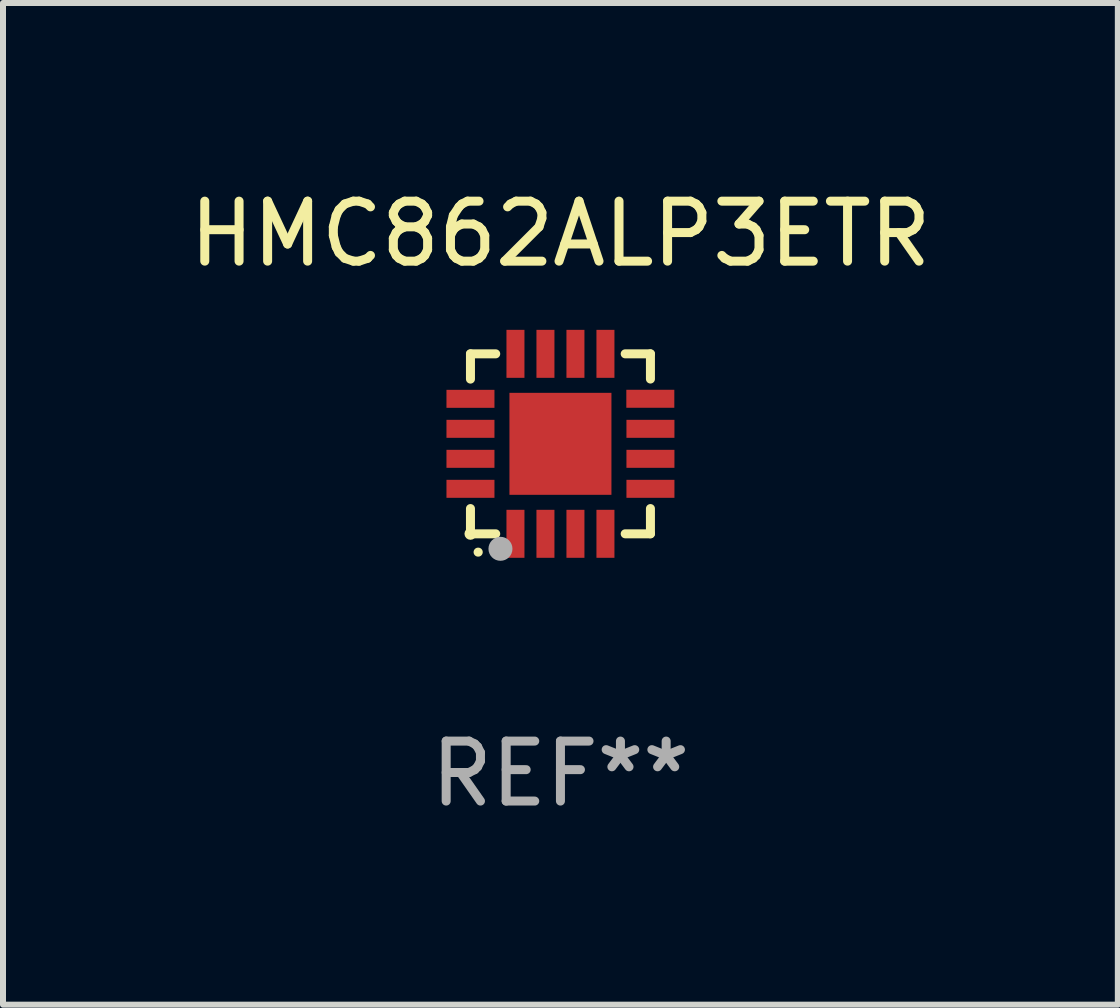
<source format=kicad_pcb>
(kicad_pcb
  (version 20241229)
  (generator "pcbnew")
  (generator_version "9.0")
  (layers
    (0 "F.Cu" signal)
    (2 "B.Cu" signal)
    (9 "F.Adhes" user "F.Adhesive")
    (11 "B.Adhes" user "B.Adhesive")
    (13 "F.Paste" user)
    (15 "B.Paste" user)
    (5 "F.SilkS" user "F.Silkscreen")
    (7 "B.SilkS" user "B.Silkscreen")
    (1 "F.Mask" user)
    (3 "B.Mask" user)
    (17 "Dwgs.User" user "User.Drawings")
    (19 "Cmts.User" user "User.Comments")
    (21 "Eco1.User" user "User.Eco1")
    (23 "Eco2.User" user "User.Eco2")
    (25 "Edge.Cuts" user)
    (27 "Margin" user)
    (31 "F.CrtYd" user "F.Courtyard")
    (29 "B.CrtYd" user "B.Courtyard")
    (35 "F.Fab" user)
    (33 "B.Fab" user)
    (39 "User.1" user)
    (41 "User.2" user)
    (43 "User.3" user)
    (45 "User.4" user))
  (footprint "HMC862ALP3ETR"
    (layer "F.Cu")
    (at 6.292 4.348)
    (property "Reference" "HMC862ALP3ETR" (at 0 -3.5 0) (layer "F.SilkS") (effects (font (size 1 1) (thickness 0.15))))
    (attr through_hole)
    (fp_line (start -1.5 -1.5) (end -1.079 -1.5) (stroke (width 0.15) (type solid)) (layer "F.SilkS"))
    (fp_line (start -1.5 -1.079) (end -1.5 -1.5) (stroke (width 0.15) (type solid)) (layer "F.SilkS"))
    (fp_line (start -1.5 1.5) (end -1.5 1.079) (stroke (width 0.15) (type solid)) (layer "F.SilkS"))
    (fp_line (start -1.5 1.5) (end -1.079 1.5) (stroke (width 0.15) (type solid)) (layer "F.SilkS"))
    (fp_line (start 1.079 -1.5) (end 1.5 -1.5) (stroke (width 0.15) (type solid)) (layer "F.SilkS"))
    (fp_line (start 1.079 1.5) (end 1.5 1.5) (stroke (width 0.15) (type solid)) (layer "F.SilkS"))
    (fp_line (start 1.5 -1.08) (end 1.5 -1.5) (stroke (width 0.15) (type solid)) (layer "F.SilkS"))
    (fp_line (start 1.5 1.5) (end 1.5 1.079) (stroke (width 0.15) (type solid)) (layer "F.SilkS"))
    (fp_arc (start -1.372885 1.805398) (mid -1.371615 1.805392) (end -1.370345 1.805398) (stroke (width 0.150114) (type solid)) (layer "F.SilkS"))
    (fp_circle (center -1.5 1.5) (end -1.45 1.5) (stroke (width 0.1) (type solid)) (fill no) (layer "F.SilkS"))
    (fp_circle (center -1 1.75) (end -0.9 1.75) (stroke (width 0.2) (type solid)) (fill no) (layer "F.Fab"))
    (fp_text user "REF**" (at 0 5.5 0) (layer "F.Fab") (effects (font (size 1 1) (thickness 0.15))))
    (pad "1" smd rect (at -0.75 1.5 180) (size 0.3 0.8) (layers "F.Cu" "F.Mask" "F.Paste"))
    (pad "2" smd rect (at -0.25 1.5 180) (size 0.3 0.8) (layers "F.Cu" "F.Mask" "F.Paste"))
    (pad "3" smd rect (at 0.25 1.5 180) (size 0.3 0.8) (layers "F.Cu" "F.Mask" "F.Paste"))
    (pad "4" smd rect (at 0.75 1.5 180) (size 0.3 0.8) (layers "F.Cu" "F.Mask" "F.Paste"))
    (pad "5" smd rect (at 1.5 0.75 90) (size 0.3 0.8) (layers "F.Cu" "F.Mask" "F.Paste"))
    (pad "6" smd rect (at 1.5 0.25 90) (size 0.3 0.8) (layers "F.Cu" "F.Mask" "F.Paste"))
    (pad "7" smd rect (at 1.5 -0.25 90) (size 0.3 0.8) (layers "F.Cu" "F.Mask" "F.Paste"))
    (pad "8" smd rect (at 1.498 -0.751 90) (size 0.3 0.8) (layers "F.Cu" "F.Mask" "F.Paste"))
    (pad "9" smd rect (at 0.75 -1.5 180) (size 0.3 0.8) (layers "F.Cu" "F.Mask" "F.Paste"))
    (pad "10" smd rect (at 0.25 -1.5 180) (size 0.3 0.8) (layers "F.Cu" "F.Mask" "F.Paste"))
    (pad "11" smd rect (at -0.25 -1.5 180) (size 0.3 0.8) (layers "F.Cu" "F.Mask" "F.Paste"))
    (pad "12" smd rect (at -0.75 -1.5 180) (size 0.3 0.8) (layers "F.Cu" "F.Mask" "F.Paste"))
    (pad "13" smd rect (at -1.5 -0.75 90) (size 0.3 0.8) (layers "F.Cu" "F.Mask" "F.Paste"))
    (pad "14" smd rect (at -1.5 -0.25 90) (size 0.3 0.8) (layers "F.Cu" "F.Mask" "F.Paste"))
    (pad "15" smd rect (at -1.5 0.25 90) (size 0.3 0.8) (layers "F.Cu" "F.Mask" "F.Paste"))
    (pad "16" smd rect (at -1.5 0.75 90) (size 0.3 0.8) (layers "F.Cu" "F.Mask" "F.Paste"))
    (pad "17" smd rect (at -0.000114 0.00014 180) (size 1.7 1.7) (layers "F.Cu" "F.Mask" "F.Paste")))
  (gr_rect
    (start -3 -3)
    (end 15.583 13.697)
    (stroke (width 0.1) (type default))
    (fill no)
    (layer "Edge.Cuts")))
</source>
